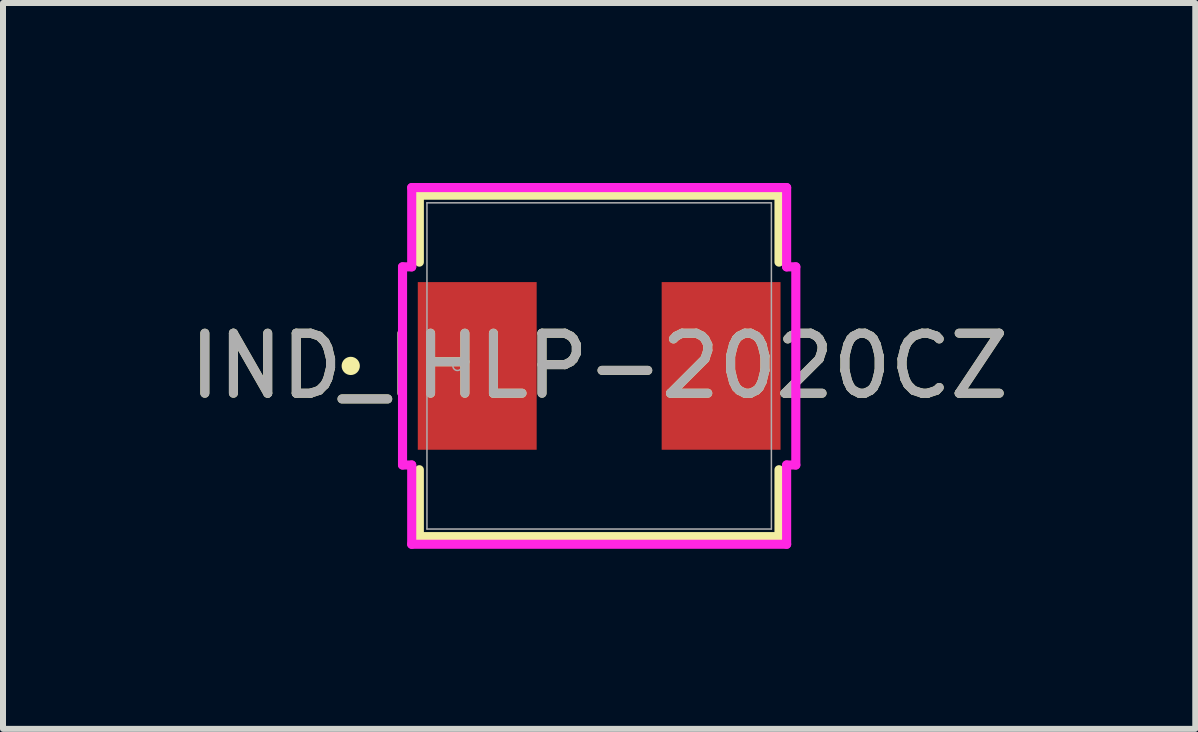
<source format=kicad_pcb>
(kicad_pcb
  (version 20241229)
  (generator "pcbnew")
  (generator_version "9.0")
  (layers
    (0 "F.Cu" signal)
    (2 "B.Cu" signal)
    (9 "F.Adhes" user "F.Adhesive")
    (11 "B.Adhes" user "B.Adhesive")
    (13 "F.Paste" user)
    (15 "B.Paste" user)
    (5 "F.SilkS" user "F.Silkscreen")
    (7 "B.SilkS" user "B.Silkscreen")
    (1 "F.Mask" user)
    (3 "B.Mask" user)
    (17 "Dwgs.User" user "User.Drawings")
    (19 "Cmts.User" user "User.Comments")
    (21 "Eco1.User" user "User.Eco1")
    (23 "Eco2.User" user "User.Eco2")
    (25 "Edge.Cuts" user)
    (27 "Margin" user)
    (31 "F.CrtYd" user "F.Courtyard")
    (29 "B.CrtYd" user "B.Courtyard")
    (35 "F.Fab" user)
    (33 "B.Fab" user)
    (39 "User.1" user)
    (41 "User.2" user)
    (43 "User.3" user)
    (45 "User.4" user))
  (footprint "IND_IHLP-2020CZ"
    (layer "F.Cu")
    (at 6.935 3.048)
    (property "Reference" "IND_IHLP-2020CZ" (at 0 0 0) (unlocked yes) (layer "F.SilkS") (effects (font (size 1 1) (thickness 0.15))))
    (attr smd)
    (fp_line (start -2.997 -2.845) (end -2.997 -1.73) (stroke (width 0.152) (type solid)) (layer "F.SilkS"))
    (fp_line (start -2.997 1.73) (end -2.997 2.845) (stroke (width 0.152) (type solid)) (layer "F.SilkS"))
    (fp_line (start -2.997 2.845) (end 2.997 2.845) (stroke (width 0.152) (type solid)) (layer "F.SilkS"))
    (fp_line (start 2.997 -2.845) (end -2.997 -2.845) (stroke (width 0.152) (type solid)) (layer "F.SilkS"))
    (fp_line (start 2.997 -1.73) (end 2.997 -2.845) (stroke (width 0.152) (type solid)) (layer "F.SilkS"))
    (fp_line (start 2.997 2.845) (end 2.997 1.73) (stroke (width 0.152) (type solid)) (layer "F.SilkS"))
    (fp_circle (center -4.14 0) (end -4.064 0) (stroke (width 0.152) (type solid)) (fill no) (layer "F.SilkS"))
    (fp_line (start -3.277 -1.651) (end -3.124 -1.651) (stroke (width 0.152) (type solid)) (layer "F.CrtYd"))
    (fp_line (start -3.277 1.651) (end -3.277 -1.651) (stroke (width 0.152) (type solid)) (layer "F.CrtYd"))
    (fp_line (start -3.124 -2.972) (end 3.124 -2.972) (stroke (width 0.152) (type solid)) (layer "F.CrtYd"))
    (fp_line (start -3.124 -1.651) (end -3.124 -2.972) (stroke (width 0.152) (type solid)) (layer "F.CrtYd"))
    (fp_line (start -3.124 1.651) (end -3.277 1.651) (stroke (width 0.152) (type solid)) (layer "F.CrtYd"))
    (fp_line (start -3.124 2.972) (end -3.124 1.651) (stroke (width 0.152) (type solid)) (layer "F.CrtYd"))
    (fp_line (start 3.124 -2.972) (end 3.124 -1.651) (stroke (width 0.152) (type solid)) (layer "F.CrtYd"))
    (fp_line (start 3.124 -1.651) (end 3.277 -1.651) (stroke (width 0.152) (type solid)) (layer "F.CrtYd"))
    (fp_line (start 3.124 1.651) (end 3.124 2.972) (stroke (width 0.152) (type solid)) (layer "F.CrtYd"))
    (fp_line (start 3.124 2.972) (end -3.124 2.972) (stroke (width 0.152) (type solid)) (layer "F.CrtYd"))
    (fp_line (start 3.277 -1.651) (end 3.277 1.651) (stroke (width 0.152) (type solid)) (layer "F.CrtYd"))
    (fp_line (start 3.277 1.651) (end 3.124 1.651) (stroke (width 0.152) (type solid)) (layer "F.CrtYd"))
    (fp_line (start -2.87 -2.718) (end -2.87 2.718) (stroke (width 0.025) (type solid)) (layer "F.Fab"))
    (fp_line (start -2.87 2.718) (end 2.87 2.718) (stroke (width 0.025) (type solid)) (layer "F.Fab"))
    (fp_line (start 2.87 -2.718) (end -2.87 -2.718) (stroke (width 0.025) (type solid)) (layer "F.Fab"))
    (fp_line (start 2.87 2.718) (end 2.87 -2.718) (stroke (width 0.025) (type solid)) (layer "F.Fab"))
    (fp_circle (center -2.362 0) (end -2.286 0) (stroke (width 0.025) (type solid)) (fill no) (layer "F.Fab"))
    (fp_text user "${REFERENCE}" (at 0 0 0) (unlocked yes) (layer "F.Fab") (effects (font (size 1 1) (thickness 0.15))))
    (pad "1" smd rect (at -2.032 0 90) (size 2.794 1.981) (layers "F.Cu" "F.Mask" "F.Paste"))
    (pad "2" smd rect (at 2.032 0 90) (size 2.794 1.981) (layers "F.Cu" "F.Mask" "F.Paste"))
    (zone (net_name "") (layer "F.Cu") (hatch full 0.508) (connect_pads) (min_thickness 0.254) (filled_areas_thickness no) (keepout (tracks not_allowed) (vias not_allowed) (pads allowed) (copperpour not_allowed) (footprints allowed)) (placement (enabled no)) (fill) (polygon (pts (xy 4.115 0.381) (xy 9.754 0.381) (xy 9.754 1.6) (xy 4.115 1.6))))
    (zone (net_name "") (layer "F.Cu") (hatch full 0.508) (connect_pads) (min_thickness 0.254) (filled_areas_thickness no) (keepout (tracks not_allowed) (vias not_allowed) (pads allowed) (copperpour not_allowed) (footprints allowed)) (placement (enabled no)) (fill) (polygon (pts (xy 4.115 4.496) (xy 9.754 4.496) (xy 9.754 5.715) (xy 4.115 5.715))))
    (zone (net_name "") (layer "F.Cu") (hatch full 0.508) (connect_pads) (min_thickness 0.254) (filled_areas_thickness no) (keepout (tracks not_allowed) (vias not_allowed) (pads allowed) (copperpour not_allowed) (footprints allowed)) (placement (enabled no)) (fill) (polygon (pts (xy 5.944 1.6) (xy 7.925 1.6) (xy 7.925 4.496) (xy 5.944 4.496)))))
  (gr_rect
    (start -3 -3)
    (end 16.869 9.096)
    (stroke (width 0.1) (type default))
    (fill no)
    (layer "Edge.Cuts")))
</source>
